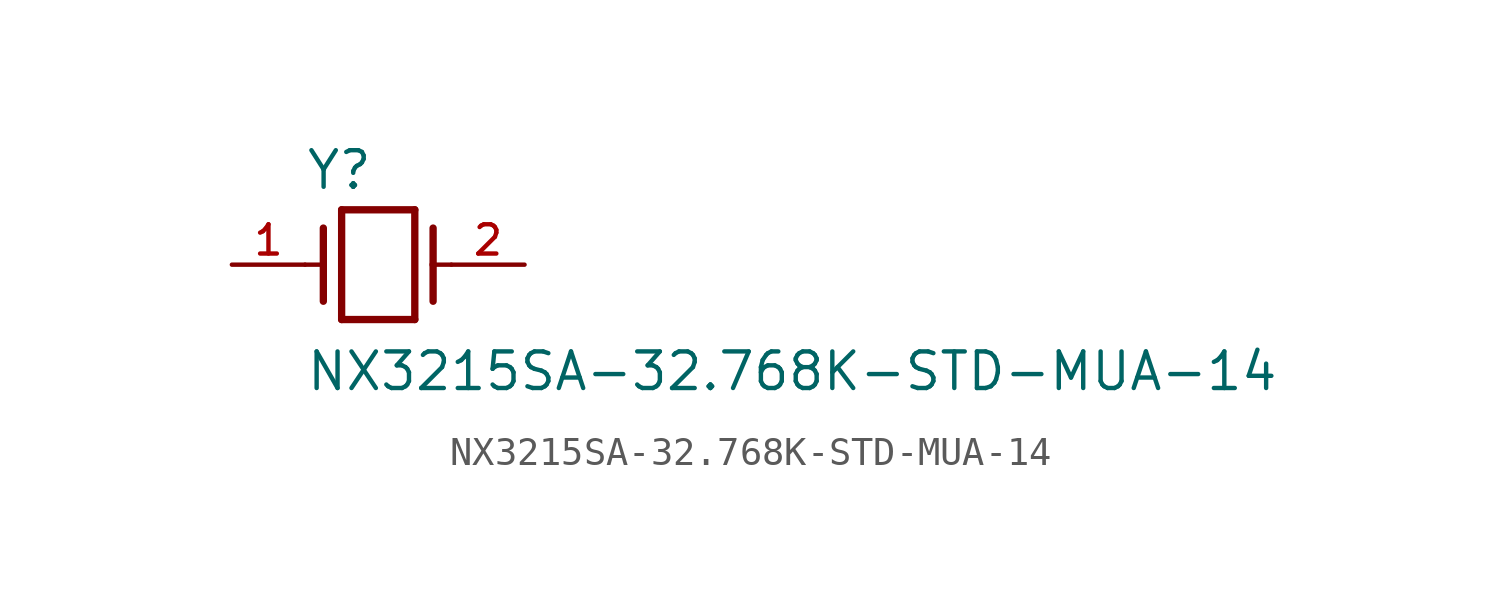
<source format=kicad_sym>
(kicad_symbol_lib
  (version 20211014)
  (generator kicad_symbol_editor)
  (symbol "NX3215SA-32.768K-STD-MUA-14"
    (pin_names
      (offset 1.016))
    (property "Reference" "Y"
      (at -2.54 2.54 0)
      (effects (font (size 1.27 1.27)) (justify left bottom)))
    (property "Value" "NX3215SA-32.768K-STD-MUA-14"
      (at -2.54 -4.445 0)
      (effects (font (size 1.27 1.27)) (justify left bottom)))
    (symbol "NX3215SA-32.768K-STD-MUA-14_0_0"
      (polyline (pts (xy -2.54 0) (xy -1.905 0)) (stroke (width 0.152) (type default) (color 0 0 0 0)) (fill (type none)))
      (polyline (pts (xy -1.905 0) (xy -1.905 -1.27)) (stroke (width 0.254) (type default) (color 0 0 0 0)) (fill (type none)))
      (polyline (pts (xy -1.905 1.27) (xy -1.905 0)) (stroke (width 0.254) (type default) (color 0 0 0 0)) (fill (type none)))
      (polyline (pts (xy -1.27 -1.905) (xy -1.27 1.905)) (stroke (width 0.254) (type default) (color 0 0 0 0)) (fill (type none)))
      (polyline (pts (xy -1.27 1.905) (xy 1.27 1.905)) (stroke (width 0.254) (type default) (color 0 0 0 0)) (fill (type none)))
      (polyline (pts (xy 1.27 -1.905) (xy -1.27 -1.905)) (stroke (width 0.254) (type default) (color 0 0 0 0)) (fill (type none)))
      (polyline (pts (xy 1.27 1.905) (xy 1.27 -1.905)) (stroke (width 0.254) (type default) (color 0 0 0 0)) (fill (type none)))
      (polyline (pts (xy 1.905 0) (xy 1.905 -1.27)) (stroke (width 0.254) (type default) (color 0 0 0 0)) (fill (type none)))
      (polyline (pts (xy 1.905 1.27) (xy 1.905 0)) (stroke (width 0.254) (type default) (color 0 0 0 0)) (fill (type none)))
      (polyline (pts (xy 2.54 0) (xy 1.905 0)) (stroke (width 0.152) (type default) (color 0 0 0 0)) (fill (type none)))
      (pin passive line (at -5.08 0 0) (length 2.54) (name "~" (effects (font (size 1.016 1.016)))) (number "1" (effects (font (size 1.016 1.016)))))
      (pin passive line (at 5.08 0 180) (length 2.54) (name "~" (effects (font (size 1.016 1.016)))) (number "2" (effects (font (size 1.016 1.016))))))))
</source>
